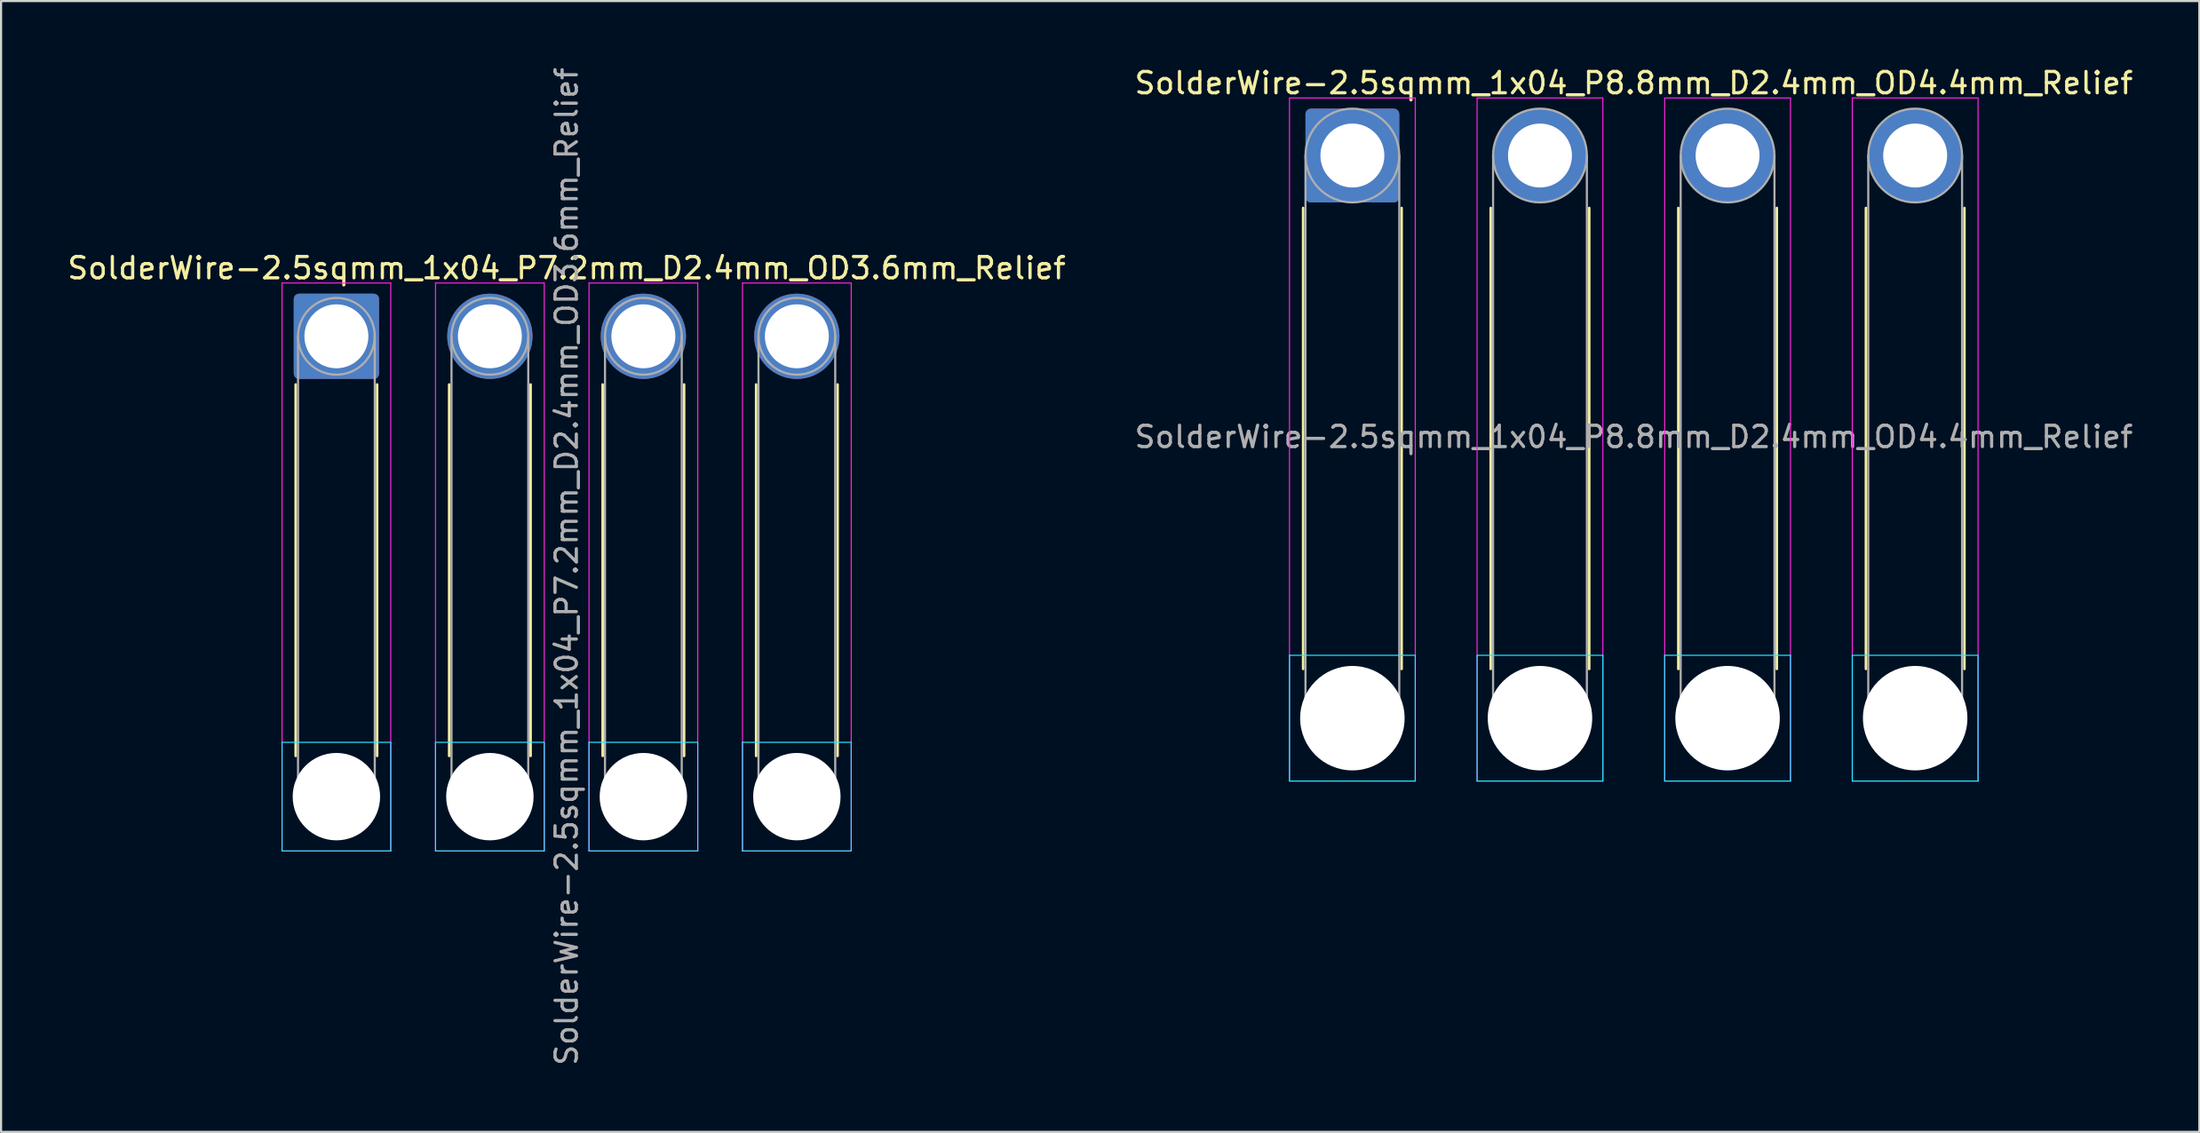
<source format=kicad_pcb>
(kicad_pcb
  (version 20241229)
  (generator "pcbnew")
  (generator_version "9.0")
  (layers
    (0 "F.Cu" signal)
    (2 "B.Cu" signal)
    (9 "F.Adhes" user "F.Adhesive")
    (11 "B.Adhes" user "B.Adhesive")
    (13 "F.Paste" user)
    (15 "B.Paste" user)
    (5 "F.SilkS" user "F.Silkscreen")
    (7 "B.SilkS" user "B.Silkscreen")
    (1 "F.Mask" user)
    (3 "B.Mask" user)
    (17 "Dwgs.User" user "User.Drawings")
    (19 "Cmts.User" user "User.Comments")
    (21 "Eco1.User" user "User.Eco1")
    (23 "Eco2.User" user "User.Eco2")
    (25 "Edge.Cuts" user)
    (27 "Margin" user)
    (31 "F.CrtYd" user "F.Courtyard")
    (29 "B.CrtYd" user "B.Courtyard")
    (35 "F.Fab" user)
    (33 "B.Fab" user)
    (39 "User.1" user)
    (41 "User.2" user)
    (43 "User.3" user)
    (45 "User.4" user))
  (footprint "SolderWire-2.5sqmm_1x04_P7.2mm_D2.4mm_OD3.6mm_Relief"
    (layer "F.Cu")
    (at 12.73 12.73)
    (property "Reference" "SolderWire-2.5sqmm_1x04_P7.2mm_D2.4mm_OD3.6mm_Relief" (at 10.8 -3.2 0) (layer "F.SilkS") (effects (font (size 1 1) (thickness 0.15))))
    (attr exclude_from_pos_files exclude_from_bom)
    (fp_line (start -1.91 2.26) (end -1.91 19.69) (stroke (width 0.12) (type solid)) (layer "F.SilkS"))
    (fp_line (start 1.91 2.26) (end 1.91 19.69) (stroke (width 0.12) (type solid)) (layer "F.SilkS"))
    (fp_line (start 5.29 2.26) (end 5.29 19.69) (stroke (width 0.12) (type solid)) (layer "F.SilkS"))
    (fp_line (start 9.11 2.26) (end 9.11 19.69) (stroke (width 0.12) (type solid)) (layer "F.SilkS"))
    (fp_line (start 12.49 2.26) (end 12.49 19.69) (stroke (width 0.12) (type solid)) (layer "F.SilkS"))
    (fp_line (start 16.31 2.26) (end 16.31 19.69) (stroke (width 0.12) (type solid)) (layer "F.SilkS"))
    (fp_line (start 19.69 2.26) (end 19.69 19.69) (stroke (width 0.12) (type solid)) (layer "F.SilkS"))
    (fp_line (start 23.51 2.26) (end 23.51 19.69) (stroke (width 0.12) (type solid)) (layer "F.SilkS"))
    (fp_line (start -2.55 19.05) (end -2.55 24.15) (stroke (width 0.05) (type solid)) (layer "B.CrtYd"))
    (fp_line (start -2.55 24.15) (end 2.55 24.15) (stroke (width 0.05) (type solid)) (layer "B.CrtYd"))
    (fp_line (start 2.55 19.05) (end -2.55 19.05) (stroke (width 0.05) (type solid)) (layer "B.CrtYd"))
    (fp_line (start 2.55 24.15) (end 2.55 19.05) (stroke (width 0.05) (type solid)) (layer "B.CrtYd"))
    (fp_line (start 4.65 19.05) (end 4.65 24.15) (stroke (width 0.05) (type solid)) (layer "B.CrtYd"))
    (fp_line (start 4.65 24.15) (end 9.75 24.15) (stroke (width 0.05) (type solid)) (layer "B.CrtYd"))
    (fp_line (start 9.75 19.05) (end 4.65 19.05) (stroke (width 0.05) (type solid)) (layer "B.CrtYd"))
    (fp_line (start 9.75 24.15) (end 9.75 19.05) (stroke (width 0.05) (type solid)) (layer "B.CrtYd"))
    (fp_line (start 11.85 19.05) (end 11.85 24.15) (stroke (width 0.05) (type solid)) (layer "B.CrtYd"))
    (fp_line (start 11.85 24.15) (end 16.95 24.15) (stroke (width 0.05) (type solid)) (layer "B.CrtYd"))
    (fp_line (start 16.95 19.05) (end 11.85 19.05) (stroke (width 0.05) (type solid)) (layer "B.CrtYd"))
    (fp_line (start 16.95 24.15) (end 16.95 19.05) (stroke (width 0.05) (type solid)) (layer "B.CrtYd"))
    (fp_line (start 19.05 19.05) (end 19.05 24.15) (stroke (width 0.05) (type solid)) (layer "B.CrtYd"))
    (fp_line (start 19.05 24.15) (end 24.15 24.15) (stroke (width 0.05) (type solid)) (layer "B.CrtYd"))
    (fp_line (start 24.15 19.05) (end 19.05 19.05) (stroke (width 0.05) (type solid)) (layer "B.CrtYd"))
    (fp_line (start 24.15 24.15) (end 24.15 19.05) (stroke (width 0.05) (type solid)) (layer "B.CrtYd"))
    (fp_line (start -2.55 -2.5) (end -2.55 24.15) (stroke (width 0.05) (type solid)) (layer "F.CrtYd"))
    (fp_line (start -2.55 24.15) (end 2.55 24.15) (stroke (width 0.05) (type solid)) (layer "F.CrtYd"))
    (fp_line (start 2.55 -2.5) (end -2.55 -2.5) (stroke (width 0.05) (type solid)) (layer "F.CrtYd"))
    (fp_line (start 2.55 24.15) (end 2.55 -2.5) (stroke (width 0.05) (type solid)) (layer "F.CrtYd"))
    (fp_line (start 4.65 -2.5) (end 4.65 24.15) (stroke (width 0.05) (type solid)) (layer "F.CrtYd"))
    (fp_line (start 4.65 24.15) (end 9.75 24.15) (stroke (width 0.05) (type solid)) (layer "F.CrtYd"))
    (fp_line (start 9.75 -2.5) (end 4.65 -2.5) (stroke (width 0.05) (type solid)) (layer "F.CrtYd"))
    (fp_line (start 9.75 24.15) (end 9.75 -2.5) (stroke (width 0.05) (type solid)) (layer "F.CrtYd"))
    (fp_line (start 11.85 -2.5) (end 11.85 24.15) (stroke (width 0.05) (type solid)) (layer "F.CrtYd"))
    (fp_line (start 11.85 24.15) (end 16.95 24.15) (stroke (width 0.05) (type solid)) (layer "F.CrtYd"))
    (fp_line (start 16.95 -2.5) (end 11.85 -2.5) (stroke (width 0.05) (type solid)) (layer "F.CrtYd"))
    (fp_line (start 16.95 24.15) (end 16.95 -2.5) (stroke (width 0.05) (type solid)) (layer "F.CrtYd"))
    (fp_line (start 19.05 -2.5) (end 19.05 24.15) (stroke (width 0.05) (type solid)) (layer "F.CrtYd"))
    (fp_line (start 19.05 24.15) (end 24.15 24.15) (stroke (width 0.05) (type solid)) (layer "F.CrtYd"))
    (fp_line (start 24.15 -2.5) (end 19.05 -2.5) (stroke (width 0.05) (type solid)) (layer "F.CrtYd"))
    (fp_line (start 24.15 24.15) (end 24.15 -2.5) (stroke (width 0.05) (type solid)) (layer "F.CrtYd"))
    (fp_line (start -1.8 0) (end -1.8 21.6) (stroke (width 0.1) (type solid)) (layer "F.Fab"))
    (fp_line (start 1.8 0) (end 1.8 21.6) (stroke (width 0.1) (type solid)) (layer "F.Fab"))
    (fp_line (start 5.4 0) (end 5.4 21.6) (stroke (width 0.1) (type solid)) (layer "F.Fab"))
    (fp_line (start 9 0) (end 9 21.6) (stroke (width 0.1) (type solid)) (layer "F.Fab"))
    (fp_line (start 12.6 0) (end 12.6 21.6) (stroke (width 0.1) (type solid)) (layer "F.Fab"))
    (fp_line (start 16.2 0) (end 16.2 21.6) (stroke (width 0.1) (type solid)) (layer "F.Fab"))
    (fp_line (start 19.8 0) (end 19.8 21.6) (stroke (width 0.1) (type solid)) (layer "F.Fab"))
    (fp_line (start 23.4 0) (end 23.4 21.6) (stroke (width 0.1) (type solid)) (layer "F.Fab"))
    (fp_circle (center 0 0) (end 1.8 0) (stroke (width 0.1) (type solid)) (fill no) (layer "F.Fab"))
    (fp_circle (center 0 21.6) (end 1.8 21.6) (stroke (width 0.1) (type solid)) (fill no) (layer "F.Fab"))
    (fp_circle (center 7.2 0) (end 9 0) (stroke (width 0.1) (type solid)) (fill no) (layer "F.Fab"))
    (fp_circle (center 7.2 21.6) (end 9 21.6) (stroke (width 0.1) (type solid)) (fill no) (layer "F.Fab"))
    (fp_circle (center 14.4 0) (end 16.2 0) (stroke (width 0.1) (type solid)) (fill no) (layer "F.Fab"))
    (fp_circle (center 14.4 21.6) (end 16.2 21.6) (stroke (width 0.1) (type solid)) (fill no) (layer "F.Fab"))
    (fp_circle (center 21.6 0) (end 23.4 0) (stroke (width 0.1) (type solid)) (fill no) (layer "F.Fab"))
    (fp_circle (center 21.6 21.6) (end 23.4 21.6) (stroke (width 0.1) (type solid)) (fill no) (layer "F.Fab"))
    (fp_text user "${REFERENCE}" (at 10.8 10.8 90) (layer "F.Fab") (effects (font (size 1 1) (thickness 0.15))))
    (pad "" np_thru_hole circle (at 0 21.6) (size 4.1 4.1) (drill 4.1) (layers "*.Cu" "*.Mask"))
    (pad "" np_thru_hole circle (at 7.2 21.6) (size 4.1 4.1) (drill 4.1) (layers "*.Cu" "*.Mask"))
    (pad "" np_thru_hole circle (at 14.4 21.6) (size 4.1 4.1) (drill 4.1) (layers "*.Cu" "*.Mask"))
    (pad "" np_thru_hole circle (at 21.6 21.6) (size 4.1 4.1) (drill 4.1) (layers "*.Cu" "*.Mask"))
    (pad "1" thru_hole roundrect (at 0 0) (size 4 4) (drill 3) (layers "*.Cu" "*.Mask") (roundrect_rratio 0.062))
    (pad "2" thru_hole circle (at 7.2 0) (size 4 4) (drill 3) (layers "*.Cu" "*.Mask"))
    (pad "3" thru_hole circle (at 14.4 0) (size 4 4) (drill 3) (layers "*.Cu" "*.Mask"))
    (pad "4" thru_hole circle (at 21.6 0) (size 4 4) (drill 3) (layers "*.Cu" "*.Mask")))
  (footprint "SolderWire-2.5sqmm_1x04_P8.8mm_D2.4mm_OD4.4mm_Relief"
    (layer "F.Cu")
    (at 60.389 4.248)
    (property "Reference" "SolderWire-2.5sqmm_1x04_P8.8mm_D2.4mm_OD4.4mm_Relief" (at 13.2 -3.4 0) (layer "F.SilkS") (effects (font (size 1 1) (thickness 0.15))))
    (attr exclude_from_pos_files exclude_from_bom)
    (fp_line (start -2.31 2.46) (end -2.31 24.09) (stroke (width 0.12) (type solid)) (layer "F.SilkS"))
    (fp_line (start 2.31 2.46) (end 2.31 24.09) (stroke (width 0.12) (type solid)) (layer "F.SilkS"))
    (fp_line (start 6.49 2.46) (end 6.49 24.09) (stroke (width 0.12) (type solid)) (layer "F.SilkS"))
    (fp_line (start 11.11 2.46) (end 11.11 24.09) (stroke (width 0.12) (type solid)) (layer "F.SilkS"))
    (fp_line (start 15.29 2.46) (end 15.29 24.09) (stroke (width 0.12) (type solid)) (layer "F.SilkS"))
    (fp_line (start 19.91 2.46) (end 19.91 24.09) (stroke (width 0.12) (type solid)) (layer "F.SilkS"))
    (fp_line (start 24.09 2.46) (end 24.09 24.09) (stroke (width 0.12) (type solid)) (layer "F.SilkS"))
    (fp_line (start 28.71 2.46) (end 28.71 24.09) (stroke (width 0.12) (type solid)) (layer "F.SilkS"))
    (fp_line (start -2.95 23.45) (end -2.95 29.35) (stroke (width 0.05) (type solid)) (layer "B.CrtYd"))
    (fp_line (start -2.95 29.35) (end 2.95 29.35) (stroke (width 0.05) (type solid)) (layer "B.CrtYd"))
    (fp_line (start 2.95 23.45) (end -2.95 23.45) (stroke (width 0.05) (type solid)) (layer "B.CrtYd"))
    (fp_line (start 2.95 29.35) (end 2.95 23.45) (stroke (width 0.05) (type solid)) (layer "B.CrtYd"))
    (fp_line (start 5.85 23.45) (end 5.85 29.35) (stroke (width 0.05) (type solid)) (layer "B.CrtYd"))
    (fp_line (start 5.85 29.35) (end 11.75 29.35) (stroke (width 0.05) (type solid)) (layer "B.CrtYd"))
    (fp_line (start 11.75 23.45) (end 5.85 23.45) (stroke (width 0.05) (type solid)) (layer "B.CrtYd"))
    (fp_line (start 11.75 29.35) (end 11.75 23.45) (stroke (width 0.05) (type solid)) (layer "B.CrtYd"))
    (fp_line (start 14.65 23.45) (end 14.65 29.35) (stroke (width 0.05) (type solid)) (layer "B.CrtYd"))
    (fp_line (start 14.65 29.35) (end 20.55 29.35) (stroke (width 0.05) (type solid)) (layer "B.CrtYd"))
    (fp_line (start 20.55 23.45) (end 14.65 23.45) (stroke (width 0.05) (type solid)) (layer "B.CrtYd"))
    (fp_line (start 20.55 29.35) (end 20.55 23.45) (stroke (width 0.05) (type solid)) (layer "B.CrtYd"))
    (fp_line (start 23.45 23.45) (end 23.45 29.35) (stroke (width 0.05) (type solid)) (layer "B.CrtYd"))
    (fp_line (start 23.45 29.35) (end 29.35 29.35) (stroke (width 0.05) (type solid)) (layer "B.CrtYd"))
    (fp_line (start 29.35 23.45) (end 23.45 23.45) (stroke (width 0.05) (type solid)) (layer "B.CrtYd"))
    (fp_line (start 29.35 29.35) (end 29.35 23.45) (stroke (width 0.05) (type solid)) (layer "B.CrtYd"))
    (fp_line (start -2.95 -2.7) (end -2.95 29.35) (stroke (width 0.05) (type solid)) (layer "F.CrtYd"))
    (fp_line (start -2.95 29.35) (end 2.95 29.35) (stroke (width 0.05) (type solid)) (layer "F.CrtYd"))
    (fp_line (start 2.95 -2.7) (end -2.95 -2.7) (stroke (width 0.05) (type solid)) (layer "F.CrtYd"))
    (fp_line (start 2.95 29.35) (end 2.95 -2.7) (stroke (width 0.05) (type solid)) (layer "F.CrtYd"))
    (fp_line (start 5.85 -2.7) (end 5.85 29.35) (stroke (width 0.05) (type solid)) (layer "F.CrtYd"))
    (fp_line (start 5.85 29.35) (end 11.75 29.35) (stroke (width 0.05) (type solid)) (layer "F.CrtYd"))
    (fp_line (start 11.75 -2.7) (end 5.85 -2.7) (stroke (width 0.05) (type solid)) (layer "F.CrtYd"))
    (fp_line (start 11.75 29.35) (end 11.75 -2.7) (stroke (width 0.05) (type solid)) (layer "F.CrtYd"))
    (fp_line (start 14.65 -2.7) (end 14.65 29.35) (stroke (width 0.05) (type solid)) (layer "F.CrtYd"))
    (fp_line (start 14.65 29.35) (end 20.55 29.35) (stroke (width 0.05) (type solid)) (layer "F.CrtYd"))
    (fp_line (start 20.55 -2.7) (end 14.65 -2.7) (stroke (width 0.05) (type solid)) (layer "F.CrtYd"))
    (fp_line (start 20.55 29.35) (end 20.55 -2.7) (stroke (width 0.05) (type solid)) (layer "F.CrtYd"))
    (fp_line (start 23.45 -2.7) (end 23.45 29.35) (stroke (width 0.05) (type solid)) (layer "F.CrtYd"))
    (fp_line (start 23.45 29.35) (end 29.35 29.35) (stroke (width 0.05) (type solid)) (layer "F.CrtYd"))
    (fp_line (start 29.35 -2.7) (end 23.45 -2.7) (stroke (width 0.05) (type solid)) (layer "F.CrtYd"))
    (fp_line (start 29.35 29.35) (end 29.35 -2.7) (stroke (width 0.05) (type solid)) (layer "F.CrtYd"))
    (fp_line (start -2.2 0) (end -2.2 26.4) (stroke (width 0.1) (type solid)) (layer "F.Fab"))
    (fp_line (start 2.2 0) (end 2.2 26.4) (stroke (width 0.1) (type solid)) (layer "F.Fab"))
    (fp_line (start 6.6 0) (end 6.6 26.4) (stroke (width 0.1) (type solid)) (layer "F.Fab"))
    (fp_line (start 11 0) (end 11 26.4) (stroke (width 0.1) (type solid)) (layer "F.Fab"))
    (fp_line (start 15.4 0) (end 15.4 26.4) (stroke (width 0.1) (type solid)) (layer "F.Fab"))
    (fp_line (start 19.8 0) (end 19.8 26.4) (stroke (width 0.1) (type solid)) (layer "F.Fab"))
    (fp_line (start 24.2 0) (end 24.2 26.4) (stroke (width 0.1) (type solid)) (layer "F.Fab"))
    (fp_line (start 28.6 0) (end 28.6 26.4) (stroke (width 0.1) (type solid)) (layer "F.Fab"))
    (fp_circle (center 0 0) (end 2.2 0) (stroke (width 0.1) (type solid)) (fill no) (layer "F.Fab"))
    (fp_circle (center 0 26.4) (end 2.2 26.4) (stroke (width 0.1) (type solid)) (fill no) (layer "F.Fab"))
    (fp_circle (center 8.8 0) (end 11 0) (stroke (width 0.1) (type solid)) (fill no) (layer "F.Fab"))
    (fp_circle (center 8.8 26.4) (end 11 26.4) (stroke (width 0.1) (type solid)) (fill no) (layer "F.Fab"))
    (fp_circle (center 17.6 0) (end 19.8 0) (stroke (width 0.1) (type solid)) (fill no) (layer "F.Fab"))
    (fp_circle (center 17.6 26.4) (end 19.8 26.4) (stroke (width 0.1) (type solid)) (fill no) (layer "F.Fab"))
    (fp_circle (center 26.4 0) (end 28.6 0) (stroke (width 0.1) (type solid)) (fill no) (layer "F.Fab"))
    (fp_circle (center 26.4 26.4) (end 28.6 26.4) (stroke (width 0.1) (type solid)) (fill no) (layer "F.Fab"))
    (fp_text user "${REFERENCE}" (at 13.2 13.2 0) (layer "F.Fab") (effects (font (size 1 1) (thickness 0.15))))
    (pad "" np_thru_hole circle (at 0 26.4) (size 4.9 4.9) (drill 4.9) (layers "*.Cu" "*.Mask"))
    (pad "" np_thru_hole circle (at 8.8 26.4) (size 4.9 4.9) (drill 4.9) (layers "*.Cu" "*.Mask"))
    (pad "" np_thru_hole circle (at 17.6 26.4) (size 4.9 4.9) (drill 4.9) (layers "*.Cu" "*.Mask"))
    (pad "" np_thru_hole circle (at 26.4 26.4) (size 4.9 4.9) (drill 4.9) (layers "*.Cu" "*.Mask"))
    (pad "1" thru_hole roundrect (at 0 0) (size 4.4 4.4) (drill 3) (layers "*.Cu" "*.Mask") (roundrect_rratio 0.057))
    (pad "2" thru_hole circle (at 8.8 0) (size 4.4 4.4) (drill 3) (layers "*.Cu" "*.Mask"))
    (pad "3" thru_hole circle (at 17.6 0) (size 4.4 4.4) (drill 3) (layers "*.Cu" "*.Mask"))
    (pad "4" thru_hole circle (at 26.4 0) (size 4.4 4.4) (drill 3) (layers "*.Cu" "*.Mask")))
  (gr_rect
    (start -3 -3)
    (end 100.119 50.06)
    (stroke (width 0.1) (type default))
    (fill no)
    (layer "Edge.Cuts")))
</source>
